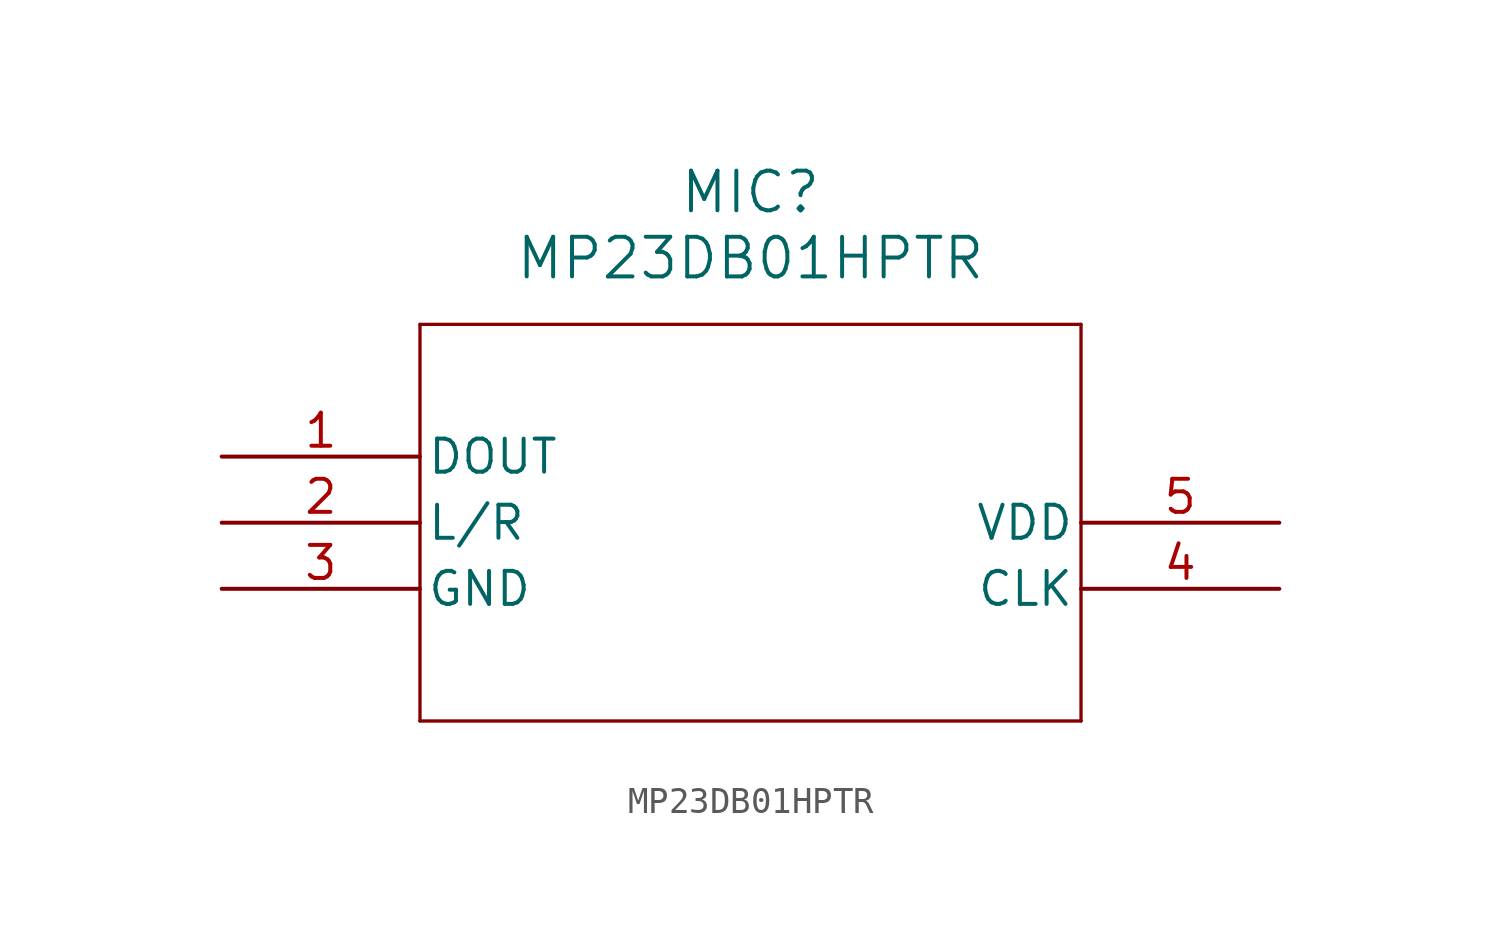
<source format=kicad_sym>
(kicad_symbol_lib
  (version 20211014)
  (generator kicad_symbol_editor)
  (symbol "MP23DB01HPTR"
    (pin_names
      (offset 0.254))
    (property "Reference" "MIC"
      (at 20.32 10.16 0)
      (effects (font (size 1.524 1.524))))
    (property "Value" "MP23DB01HPTR"
      (at 20.32 7.62 0)
      (effects (font (size 1.524 1.524))))
    (symbol "MP23DB01HPTR_0_1"
      (polyline (pts (xy 7.62 5.08) (xy 7.62 -10.16)) (stroke (width 0.127) (type default) (color 0 0 0 0)) (fill (type none)))
      (polyline (pts (xy 7.62 -10.16) (xy 33.02 -10.16)) (stroke (width 0.127) (type default) (color 0 0 0 0)) (fill (type none)))
      (polyline (pts (xy 33.02 -10.16) (xy 33.02 5.08)) (stroke (width 0.127) (type default) (color 0 0 0 0)) (fill (type none)))
      (polyline (pts (xy 33.02 5.08) (xy 7.62 5.08)) (stroke (width 0.127) (type default) (color 0 0 0 0)) (fill (type none)))
      (pin output line (at 0 0 0) (length 7.62) (name "DOUT" (effects (font (size 1.27 1.27)))) (number "1" (effects (font (size 1.27 1.27)))))
      (pin input line (at 0 -2.54 0) (length 7.62) (name "L/R" (effects (font (size 1.27 1.27)))) (number "2" (effects (font (size 1.27 1.27)))))
      (pin power_out line (at 0 -5.08 0) (length 7.62) (name "GND" (effects (font (size 1.27 1.27)))) (number "3" (effects (font (size 1.27 1.27)))))
      (pin input line (at 40.64 -5.08 180) (length 7.62) (name "CLK" (effects (font (size 1.27 1.27)))) (number "4" (effects (font (size 1.27 1.27)))))
      (pin power_in line (at 40.64 -2.54 180) (length 7.62) (name "VDD" (effects (font (size 1.27 1.27)))) (number "5" (effects (font (size 1.27 1.27))))))))
</source>
